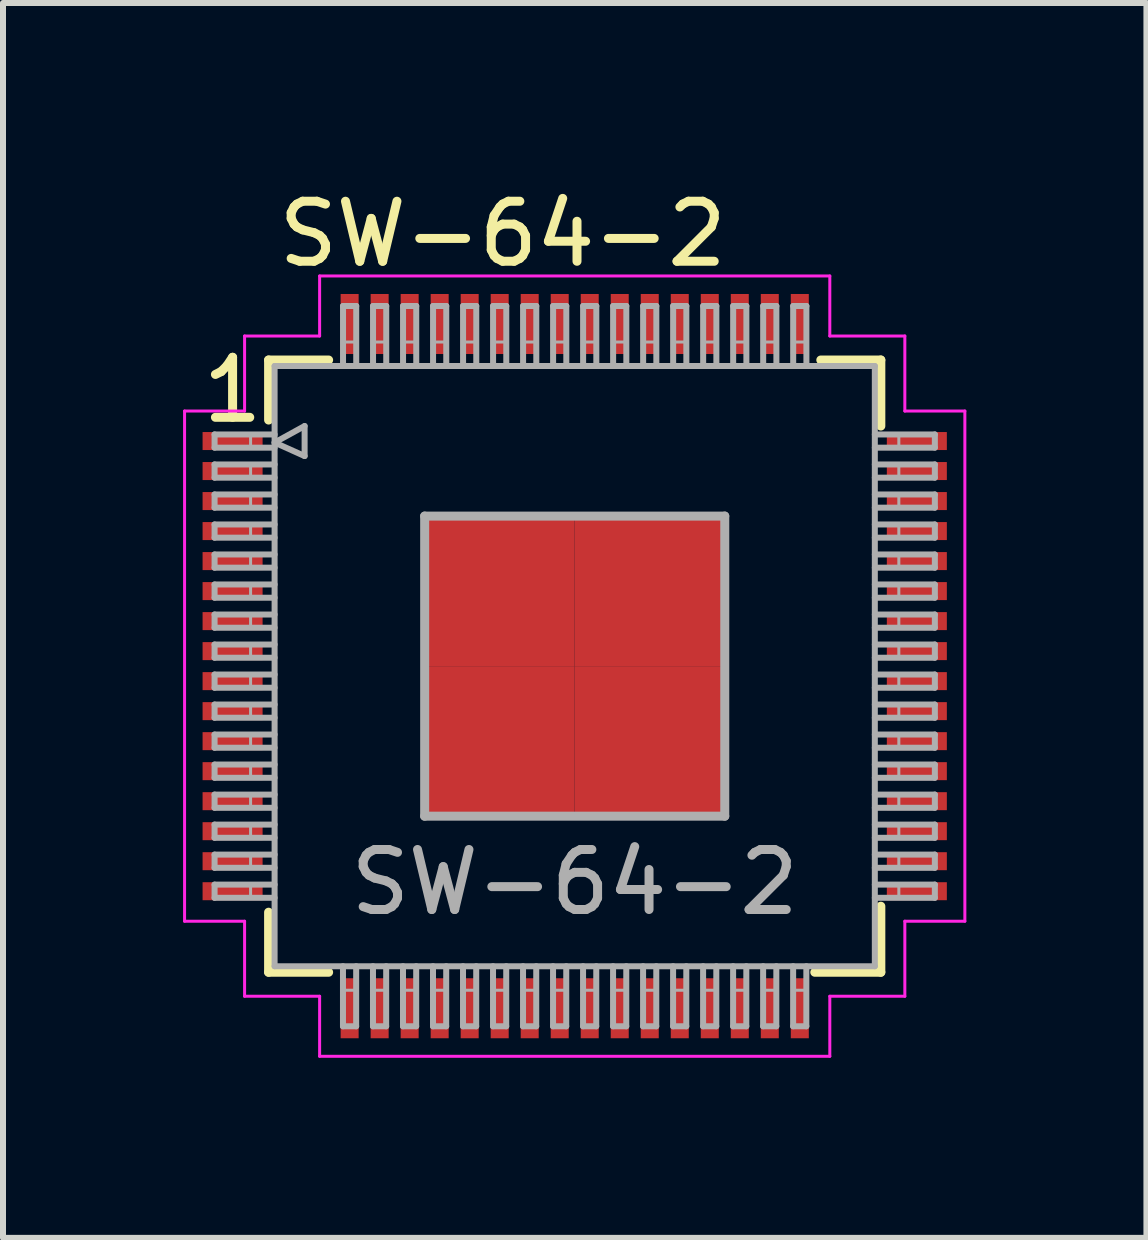
<source format=kicad_pcb>
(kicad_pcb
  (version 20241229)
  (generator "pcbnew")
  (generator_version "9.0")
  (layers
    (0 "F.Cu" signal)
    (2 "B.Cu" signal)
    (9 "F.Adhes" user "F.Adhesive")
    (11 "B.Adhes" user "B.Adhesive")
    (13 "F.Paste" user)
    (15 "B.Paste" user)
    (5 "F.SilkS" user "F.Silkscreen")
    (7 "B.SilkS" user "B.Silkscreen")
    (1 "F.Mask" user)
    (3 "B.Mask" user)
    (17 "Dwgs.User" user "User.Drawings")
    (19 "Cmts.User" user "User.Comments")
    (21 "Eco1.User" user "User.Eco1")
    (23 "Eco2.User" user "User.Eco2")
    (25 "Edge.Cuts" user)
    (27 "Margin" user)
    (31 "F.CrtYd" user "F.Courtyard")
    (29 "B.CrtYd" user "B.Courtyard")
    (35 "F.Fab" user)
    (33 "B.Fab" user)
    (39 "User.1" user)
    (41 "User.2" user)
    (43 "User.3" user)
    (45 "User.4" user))
  (footprint "SW-64-2"
    (layer "F.Cu")
    (at 6.525 8.048)
    (property "Reference" "SW-64-2" (at -1.2 -7.2 0) (layer "F.SilkS") (effects (font (size 1 1) (thickness 0.15))))
    (attr smd)
    (fp_line (start -5.1 -5.1) (end -5.1 -4.1) (stroke (width 0.15) (type solid)) (layer "F.SilkS"))
    (fp_line (start -5.1 4.1) (end -5.1 5.1) (stroke (width 0.15) (type solid)) (layer "F.SilkS"))
    (fp_line (start -5.1 5.1) (end -4.1 5.1) (stroke (width 0.15) (type solid)) (layer "F.SilkS"))
    (fp_line (start -4.1 -5.1) (end -5.1 -5.1) (stroke (width 0.15) (type solid)) (layer "F.SilkS"))
    (fp_line (start 4 5.1) (end 5.1 5.1) (stroke (width 0.15) (type solid)) (layer "F.SilkS"))
    (fp_line (start 4.1 -5.1) (end 5.1 -5.1) (stroke (width 0.15) (type solid)) (layer "F.SilkS"))
    (fp_line (start 5.1 -5.1) (end 5.1 -4) (stroke (width 0.15) (type solid)) (layer "F.SilkS"))
    (fp_line (start 5.1 5.1) (end 5.1 4) (stroke (width 0.15) (type solid)) (layer "F.SilkS"))
    (fp_line (start -6.5 -4.25) (end -5.5 -4.25) (stroke (width 0.05) (type solid)) (layer "F.CrtYd"))
    (fp_line (start -6.5 4.25) (end -6.5 -4.25) (stroke (width 0.05) (type solid)) (layer "F.CrtYd"))
    (fp_line (start -5.5 -5.5) (end -4.25 -5.5) (stroke (width 0.05) (type solid)) (layer "F.CrtYd"))
    (fp_line (start -5.5 -4.25) (end -5.5 -5.5) (stroke (width 0.05) (type solid)) (layer "F.CrtYd"))
    (fp_line (start -5.5 4.25) (end -6.5 4.25) (stroke (width 0.05) (type solid)) (layer "F.CrtYd"))
    (fp_line (start -5.5 5.5) (end -5.5 4.25) (stroke (width 0.05) (type solid)) (layer "F.CrtYd"))
    (fp_line (start -4.25 -6.5) (end 4.25 -6.5) (stroke (width 0.05) (type solid)) (layer "F.CrtYd"))
    (fp_line (start -4.25 -5.5) (end -4.25 -6.5) (stroke (width 0.05) (type solid)) (layer "F.CrtYd"))
    (fp_line (start -4.25 5.5) (end -5.5 5.5) (stroke (width 0.05) (type solid)) (layer "F.CrtYd"))
    (fp_line (start -4.25 6.5) (end -4.25 5.5) (stroke (width 0.05) (type solid)) (layer "F.CrtYd"))
    (fp_line (start 4.25 -6.5) (end 4.25 -5.5) (stroke (width 0.05) (type solid)) (layer "F.CrtYd"))
    (fp_line (start 4.25 -5.5) (end 5.5 -5.5) (stroke (width 0.05) (type solid)) (layer "F.CrtYd"))
    (fp_line (start 4.25 5.5) (end 4.25 6.5) (stroke (width 0.05) (type solid)) (layer "F.CrtYd"))
    (fp_line (start 4.25 6.5) (end -4.25 6.5) (stroke (width 0.05) (type solid)) (layer "F.CrtYd"))
    (fp_line (start 5.5 -5.5) (end 5.5 -4.25) (stroke (width 0.05) (type solid)) (layer "F.CrtYd"))
    (fp_line (start 5.5 -4.25) (end 6.5 -4.25) (stroke (width 0.05) (type solid)) (layer "F.CrtYd"))
    (fp_line (start 5.5 4.25) (end 5.5 5.5) (stroke (width 0.05) (type solid)) (layer "F.CrtYd"))
    (fp_line (start 5.5 5.5) (end 4.25 5.5) (stroke (width 0.05) (type solid)) (layer "F.CrtYd"))
    (fp_line (start 6.5 -4.25) (end 6.5 4.25) (stroke (width 0.05) (type solid)) (layer "F.CrtYd"))
    (fp_line (start 6.5 4.25) (end 5.5 4.25) (stroke (width 0.05) (type solid)) (layer "F.CrtYd"))
    (fp_line (start -6 -3.86) (end -6 -3.64) (stroke (width 0.1) (type solid)) (layer "F.Fab"))
    (fp_line (start -6 -3.64) (end -5 -3.64) (stroke (width 0.1) (type solid)) (layer "F.Fab"))
    (fp_line (start -6 -3.36) (end -6 -3.14) (stroke (width 0.1) (type solid)) (layer "F.Fab"))
    (fp_line (start -6 -3.14) (end -5 -3.14) (stroke (width 0.1) (type solid)) (layer "F.Fab"))
    (fp_line (start -6 -2.86) (end -6 -2.64) (stroke (width 0.1) (type solid)) (layer "F.Fab"))
    (fp_line (start -6 -2.64) (end -5 -2.64) (stroke (width 0.1) (type solid)) (layer "F.Fab"))
    (fp_line (start -6 -2.36) (end -6 -2.14) (stroke (width 0.1) (type solid)) (layer "F.Fab"))
    (fp_line (start -6 -2.14) (end -5 -2.14) (stroke (width 0.1) (type solid)) (layer "F.Fab"))
    (fp_line (start -6 -1.86) (end -6 -1.64) (stroke (width 0.1) (type solid)) (layer "F.Fab"))
    (fp_line (start -6 -1.64) (end -5 -1.64) (stroke (width 0.1) (type solid)) (layer "F.Fab"))
    (fp_line (start -6 -1.36) (end -6 -1.14) (stroke (width 0.1) (type solid)) (layer "F.Fab"))
    (fp_line (start -6 -1.14) (end -5 -1.14) (stroke (width 0.1) (type solid)) (layer "F.Fab"))
    (fp_line (start -6 -0.86) (end -6 -0.64) (stroke (width 0.1) (type solid)) (layer "F.Fab"))
    (fp_line (start -6 -0.64) (end -5 -0.64) (stroke (width 0.1) (type solid)) (layer "F.Fab"))
    (fp_line (start -6 -0.36) (end -6 -0.14) (stroke (width 0.1) (type solid)) (layer "F.Fab"))
    (fp_line (start -6 -0.14) (end -5 -0.14) (stroke (width 0.1) (type solid)) (layer "F.Fab"))
    (fp_line (start -6 0.14) (end -6 0.36) (stroke (width 0.1) (type solid)) (layer "F.Fab"))
    (fp_line (start -6 0.36) (end -5 0.36) (stroke (width 0.1) (type solid)) (layer "F.Fab"))
    (fp_line (start -6 0.64) (end -6 0.86) (stroke (width 0.1) (type solid)) (layer "F.Fab"))
    (fp_line (start -6 0.86) (end -5 0.86) (stroke (width 0.1) (type solid)) (layer "F.Fab"))
    (fp_line (start -6 1.14) (end -6 1.36) (stroke (width 0.1) (type solid)) (layer "F.Fab"))
    (fp_line (start -6 1.36) (end -5 1.36) (stroke (width 0.1) (type solid)) (layer "F.Fab"))
    (fp_line (start -6 1.64) (end -6 1.86) (stroke (width 0.1) (type solid)) (layer "F.Fab"))
    (fp_line (start -6 1.86) (end -5 1.86) (stroke (width 0.1) (type solid)) (layer "F.Fab"))
    (fp_line (start -6 2.14) (end -6 2.36) (stroke (width 0.1) (type solid)) (layer "F.Fab"))
    (fp_line (start -6 2.36) (end -5 2.36) (stroke (width 0.1) (type solid)) (layer "F.Fab"))
    (fp_line (start -6 2.64) (end -6 2.86) (stroke (width 0.1) (type solid)) (layer "F.Fab"))
    (fp_line (start -6 2.86) (end -5 2.86) (stroke (width 0.1) (type solid)) (layer "F.Fab"))
    (fp_line (start -6 3.14) (end -6 3.36) (stroke (width 0.1) (type solid)) (layer "F.Fab"))
    (fp_line (start -6 3.36) (end -5 3.36) (stroke (width 0.1) (type solid)) (layer "F.Fab"))
    (fp_line (start -6 3.64) (end -6 3.86) (stroke (width 0.1) (type solid)) (layer "F.Fab"))
    (fp_line (start -6 3.86) (end -5 3.86) (stroke (width 0.1) (type solid)) (layer "F.Fab"))
    (fp_line (start -5.4 -3.86) (end -5.4 -3.64) (stroke (width 0.05) (type solid)) (layer "F.Fab"))
    (fp_line (start -5.4 -3.36) (end -5.4 -3.14) (stroke (width 0.05) (type solid)) (layer "F.Fab"))
    (fp_line (start -5.4 -2.86) (end -5.4 -2.64) (stroke (width 0.05) (type solid)) (layer "F.Fab"))
    (fp_line (start -5.4 -2.36) (end -5.4 -2.14) (stroke (width 0.05) (type solid)) (layer "F.Fab"))
    (fp_line (start -5.4 -1.86) (end -5.4 -1.64) (stroke (width 0.05) (type solid)) (layer "F.Fab"))
    (fp_line (start -5.4 -1.36) (end -5.4 -1.14) (stroke (width 0.05) (type solid)) (layer "F.Fab"))
    (fp_line (start -5.4 -0.86) (end -5.4 -0.64) (stroke (width 0.05) (type solid)) (layer "F.Fab"))
    (fp_line (start -5.4 -0.36) (end -5.4 -0.14) (stroke (width 0.05) (type solid)) (layer "F.Fab"))
    (fp_line (start -5.4 0.14) (end -5.4 0.36) (stroke (width 0.05) (type solid)) (layer "F.Fab"))
    (fp_line (start -5.4 0.64) (end -5.4 0.86) (stroke (width 0.05) (type solid)) (layer "F.Fab"))
    (fp_line (start -5.4 1.14) (end -5.4 1.36) (stroke (width 0.05) (type solid)) (layer "F.Fab"))
    (fp_line (start -5.4 1.64) (end -5.4 1.86) (stroke (width 0.05) (type solid)) (layer "F.Fab"))
    (fp_line (start -5.4 2.14) (end -5.4 2.36) (stroke (width 0.05) (type solid)) (layer "F.Fab"))
    (fp_line (start -5.4 2.64) (end -5.4 2.86) (stroke (width 0.05) (type solid)) (layer "F.Fab"))
    (fp_line (start -5.4 3.14) (end -5.4 3.36) (stroke (width 0.05) (type solid)) (layer "F.Fab"))
    (fp_line (start -5.4 3.64) (end -5.4 3.86) (stroke (width 0.05) (type solid)) (layer "F.Fab"))
    (fp_line (start -5 -5) (end -5 5) (stroke (width 0.1) (type solid)) (layer "F.Fab"))
    (fp_line (start -5 -3.86) (end -6 -3.86) (stroke (width 0.1) (type solid)) (layer "F.Fab"))
    (fp_line (start -5 -3.725) (end -4.5 -4) (stroke (width 0.1) (type solid)) (layer "F.Fab"))
    (fp_line (start -5 -3.36) (end -6 -3.36) (stroke (width 0.1) (type solid)) (layer "F.Fab"))
    (fp_line (start -5 -2.86) (end -6 -2.86) (stroke (width 0.1) (type solid)) (layer "F.Fab"))
    (fp_line (start -5 -2.36) (end -6 -2.36) (stroke (width 0.1) (type solid)) (layer "F.Fab"))
    (fp_line (start -5 -1.86) (end -6 -1.86) (stroke (width 0.1) (type solid)) (layer "F.Fab"))
    (fp_line (start -5 -1.36) (end -6 -1.36) (stroke (width 0.1) (type solid)) (layer "F.Fab"))
    (fp_line (start -5 -0.86) (end -6 -0.86) (stroke (width 0.1) (type solid)) (layer "F.Fab"))
    (fp_line (start -5 -0.36) (end -6 -0.36) (stroke (width 0.1) (type solid)) (layer "F.Fab"))
    (fp_line (start -5 0.14) (end -6 0.14) (stroke (width 0.1) (type solid)) (layer "F.Fab"))
    (fp_line (start -5 0.64) (end -6 0.64) (stroke (width 0.1) (type solid)) (layer "F.Fab"))
    (fp_line (start -5 1.14) (end -6 1.14) (stroke (width 0.1) (type solid)) (layer "F.Fab"))
    (fp_line (start -5 1.64) (end -6 1.64) (stroke (width 0.1) (type solid)) (layer "F.Fab"))
    (fp_line (start -5 2.14) (end -6 2.14) (stroke (width 0.1) (type solid)) (layer "F.Fab"))
    (fp_line (start -5 2.64) (end -6 2.64) (stroke (width 0.1) (type solid)) (layer "F.Fab"))
    (fp_line (start -5 3.14) (end -6 3.14) (stroke (width 0.1) (type solid)) (layer "F.Fab"))
    (fp_line (start -5 3.64) (end -6 3.64) (stroke (width 0.1) (type solid)) (layer "F.Fab"))
    (fp_line (start -5 5) (end 5 5) (stroke (width 0.1) (type solid)) (layer "F.Fab"))
    (fp_line (start -4.5 -4) (end -4.5 -3.5) (stroke (width 0.1) (type solid)) (layer "F.Fab"))
    (fp_line (start -4.5 -3.5) (end -5 -3.725) (stroke (width 0.1) (type solid)) (layer "F.Fab"))
    (fp_line (start -3.861 5) (end -3.861 6) (stroke (width 0.1) (type solid)) (layer "F.Fab"))
    (fp_line (start -3.861 6) (end -3.641 6) (stroke (width 0.1) (type solid)) (layer "F.Fab"))
    (fp_line (start -3.86 -6) (end -3.86 -5) (stroke (width 0.1) (type solid)) (layer "F.Fab"))
    (fp_line (start -3.86 -5.4) (end -3.64 -5.4) (stroke (width 0.05) (type solid)) (layer "F.Fab"))
    (fp_line (start -3.86 5.4) (end -3.64 5.4) (stroke (width 0.05) (type solid)) (layer "F.Fab"))
    (fp_line (start -3.641 6) (end -3.641 5) (stroke (width 0.1) (type solid)) (layer "F.Fab"))
    (fp_line (start -3.64 -6) (end -3.86 -6) (stroke (width 0.1) (type solid)) (layer "F.Fab"))
    (fp_line (start -3.64 -5) (end -3.64 -6) (stroke (width 0.1) (type solid)) (layer "F.Fab"))
    (fp_line (start -3.361 5) (end -3.361 6) (stroke (width 0.1) (type solid)) (layer "F.Fab"))
    (fp_line (start -3.361 6) (end -3.141 6) (stroke (width 0.1) (type solid)) (layer "F.Fab"))
    (fp_line (start -3.36 -6) (end -3.36 -5) (stroke (width 0.1) (type solid)) (layer "F.Fab"))
    (fp_line (start -3.36 -5.4) (end -3.14 -5.4) (stroke (width 0.05) (type solid)) (layer "F.Fab"))
    (fp_line (start -3.36 5.4) (end -3.14 5.4) (stroke (width 0.05) (type solid)) (layer "F.Fab"))
    (fp_line (start -3.141 6) (end -3.141 5) (stroke (width 0.1) (type solid)) (layer "F.Fab"))
    (fp_line (start -3.14 -6) (end -3.36 -6) (stroke (width 0.1) (type solid)) (layer "F.Fab"))
    (fp_line (start -3.14 -5) (end -3.14 -6) (stroke (width 0.1) (type solid)) (layer "F.Fab"))
    (fp_line (start -2.861 5) (end -2.861 6) (stroke (width 0.1) (type solid)) (layer "F.Fab"))
    (fp_line (start -2.861 6) (end -2.641 6) (stroke (width 0.1) (type solid)) (layer "F.Fab"))
    (fp_line (start -2.86 -6) (end -2.86 -5) (stroke (width 0.1) (type solid)) (layer "F.Fab"))
    (fp_line (start -2.86 -5.4) (end -2.64 -5.4) (stroke (width 0.05) (type solid)) (layer "F.Fab"))
    (fp_line (start -2.86 5.4) (end -2.64 5.4) (stroke (width 0.05) (type solid)) (layer "F.Fab"))
    (fp_line (start -2.641 6) (end -2.641 5) (stroke (width 0.1) (type solid)) (layer "F.Fab"))
    (fp_line (start -2.64 -6) (end -2.86 -6) (stroke (width 0.1) (type solid)) (layer "F.Fab"))
    (fp_line (start -2.64 -5) (end -2.64 -6) (stroke (width 0.1) (type solid)) (layer "F.Fab"))
    (fp_line (start -2.5 -2.5) (end 2.5 -2.5) (stroke (width 0.15) (type solid)) (layer "F.Fab"))
    (fp_line (start -2.5 2.5) (end -2.5 -2.5) (stroke (width 0.15) (type solid)) (layer "F.Fab"))
    (fp_line (start -2.361 5) (end -2.361 6) (stroke (width 0.1) (type solid)) (layer "F.Fab"))
    (fp_line (start -2.361 6) (end -2.141 6) (stroke (width 0.1) (type solid)) (layer "F.Fab"))
    (fp_line (start -2.36 -6) (end -2.36 -5) (stroke (width 0.1) (type solid)) (layer "F.Fab"))
    (fp_line (start -2.36 -5.4) (end -2.14 -5.4) (stroke (width 0.05) (type solid)) (layer "F.Fab"))
    (fp_line (start -2.36 5.4) (end -2.14 5.4) (stroke (width 0.05) (type solid)) (layer "F.Fab"))
    (fp_line (start -2.141 6) (end -2.141 5) (stroke (width 0.1) (type solid)) (layer "F.Fab"))
    (fp_line (start -2.14 -6) (end -2.36 -6) (stroke (width 0.1) (type solid)) (layer "F.Fab"))
    (fp_line (start -2.14 -5) (end -2.14 -6) (stroke (width 0.1) (type solid)) (layer "F.Fab"))
    (fp_line (start -1.861 5) (end -1.861 6) (stroke (width 0.1) (type solid)) (layer "F.Fab"))
    (fp_line (start -1.861 6) (end -1.641 6) (stroke (width 0.1) (type solid)) (layer "F.Fab"))
    (fp_line (start -1.86 -6) (end -1.86 -5) (stroke (width 0.1) (type solid)) (layer "F.Fab"))
    (fp_line (start -1.86 -5.4) (end -1.64 -5.4) (stroke (width 0.05) (type solid)) (layer "F.Fab"))
    (fp_line (start -1.86 5.4) (end -1.64 5.4) (stroke (width 0.05) (type solid)) (layer "F.Fab"))
    (fp_line (start -1.641 6) (end -1.641 5) (stroke (width 0.1) (type solid)) (layer "F.Fab"))
    (fp_line (start -1.64 -6) (end -1.86 -6) (stroke (width 0.1) (type solid)) (layer "F.Fab"))
    (fp_line (start -1.64 -5) (end -1.64 -6) (stroke (width 0.1) (type solid)) (layer "F.Fab"))
    (fp_line (start -1.361 5) (end -1.361 6) (stroke (width 0.1) (type solid)) (layer "F.Fab"))
    (fp_line (start -1.361 6) (end -1.141 6) (stroke (width 0.1) (type solid)) (layer "F.Fab"))
    (fp_line (start -1.36 -6) (end -1.36 -5) (stroke (width 0.1) (type solid)) (layer "F.Fab"))
    (fp_line (start -1.36 -5.4) (end -1.14 -5.4) (stroke (width 0.05) (type solid)) (layer "F.Fab"))
    (fp_line (start -1.36 5.4) (end -1.14 5.4) (stroke (width 0.05) (type solid)) (layer "F.Fab"))
    (fp_line (start -1.141 6) (end -1.141 5) (stroke (width 0.1) (type solid)) (layer "F.Fab"))
    (fp_line (start -1.14 -6) (end -1.36 -6) (stroke (width 0.1) (type solid)) (layer "F.Fab"))
    (fp_line (start -1.14 -5) (end -1.14 -6) (stroke (width 0.1) (type solid)) (layer "F.Fab"))
    (fp_line (start -0.861 5) (end -0.861 6) (stroke (width 0.1) (type solid)) (layer "F.Fab"))
    (fp_line (start -0.861 6) (end -0.641 6) (stroke (width 0.1) (type solid)) (layer "F.Fab"))
    (fp_line (start -0.86 -6) (end -0.86 -5) (stroke (width 0.1) (type solid)) (layer "F.Fab"))
    (fp_line (start -0.86 -5.4) (end -0.64 -5.4) (stroke (width 0.05) (type solid)) (layer "F.Fab"))
    (fp_line (start -0.86 5.4) (end -0.64 5.4) (stroke (width 0.05) (type solid)) (layer "F.Fab"))
    (fp_line (start -0.641 6) (end -0.641 5) (stroke (width 0.1) (type solid)) (layer "F.Fab"))
    (fp_line (start -0.64 -6) (end -0.86 -6) (stroke (width 0.1) (type solid)) (layer "F.Fab"))
    (fp_line (start -0.64 -5) (end -0.64 -6) (stroke (width 0.1) (type solid)) (layer "F.Fab"))
    (fp_line (start -0.361 5) (end -0.361 6) (stroke (width 0.1) (type solid)) (layer "F.Fab"))
    (fp_line (start -0.361 6) (end -0.141 6) (stroke (width 0.1) (type solid)) (layer "F.Fab"))
    (fp_line (start -0.36 -6) (end -0.36 -5) (stroke (width 0.1) (type solid)) (layer "F.Fab"))
    (fp_line (start -0.36 -5.4) (end -0.14 -5.4) (stroke (width 0.05) (type solid)) (layer "F.Fab"))
    (fp_line (start -0.36 5.4) (end -0.14 5.4) (stroke (width 0.05) (type solid)) (layer "F.Fab"))
    (fp_line (start -0.141 6) (end -0.141 5) (stroke (width 0.1) (type solid)) (layer "F.Fab"))
    (fp_line (start -0.14 -6) (end -0.36 -6) (stroke (width 0.1) (type solid)) (layer "F.Fab"))
    (fp_line (start -0.14 -5) (end -0.14 -6) (stroke (width 0.1) (type solid)) (layer "F.Fab"))
    (fp_line (start 0.139 5) (end 0.139 6) (stroke (width 0.1) (type solid)) (layer "F.Fab"))
    (fp_line (start 0.139 6) (end 0.359 6) (stroke (width 0.1) (type solid)) (layer "F.Fab"))
    (fp_line (start 0.14 -6) (end 0.14 -5) (stroke (width 0.1) (type solid)) (layer "F.Fab"))
    (fp_line (start 0.14 -5.4) (end 0.36 -5.4) (stroke (width 0.05) (type solid)) (layer "F.Fab"))
    (fp_line (start 0.14 5.4) (end 0.36 5.4) (stroke (width 0.05) (type solid)) (layer "F.Fab"))
    (fp_line (start 0.359 6) (end 0.359 5) (stroke (width 0.1) (type solid)) (layer "F.Fab"))
    (fp_line (start 0.36 -6) (end 0.14 -6) (stroke (width 0.1) (type solid)) (layer "F.Fab"))
    (fp_line (start 0.36 -5) (end 0.36 -6) (stroke (width 0.1) (type solid)) (layer "F.Fab"))
    (fp_line (start 0.639 5) (end 0.639 6) (stroke (width 0.1) (type solid)) (layer "F.Fab"))
    (fp_line (start 0.639 6) (end 0.859 6) (stroke (width 0.1) (type solid)) (layer "F.Fab"))
    (fp_line (start 0.64 -6) (end 0.64 -5) (stroke (width 0.1) (type solid)) (layer "F.Fab"))
    (fp_line (start 0.64 -5.4) (end 0.86 -5.4) (stroke (width 0.05) (type solid)) (layer "F.Fab"))
    (fp_line (start 0.64 5.4) (end 0.86 5.4) (stroke (width 0.05) (type solid)) (layer "F.Fab"))
    (fp_line (start 0.859 6) (end 0.859 5) (stroke (width 0.1) (type solid)) (layer "F.Fab"))
    (fp_line (start 0.86 -6) (end 0.64 -6) (stroke (width 0.1) (type solid)) (layer "F.Fab"))
    (fp_line (start 0.86 -5) (end 0.86 -6) (stroke (width 0.1) (type solid)) (layer "F.Fab"))
    (fp_line (start 1.139 5) (end 1.139 6) (stroke (width 0.1) (type solid)) (layer "F.Fab"))
    (fp_line (start 1.139 6) (end 1.359 6) (stroke (width 0.1) (type solid)) (layer "F.Fab"))
    (fp_line (start 1.14 -6) (end 1.14 -5) (stroke (width 0.1) (type solid)) (layer "F.Fab"))
    (fp_line (start 1.14 -5.4) (end 1.36 -5.4) (stroke (width 0.05) (type solid)) (layer "F.Fab"))
    (fp_line (start 1.14 5.4) (end 1.36 5.4) (stroke (width 0.05) (type solid)) (layer "F.Fab"))
    (fp_line (start 1.359 6) (end 1.359 5) (stroke (width 0.1) (type solid)) (layer "F.Fab"))
    (fp_line (start 1.36 -6) (end 1.14 -6) (stroke (width 0.1) (type solid)) (layer "F.Fab"))
    (fp_line (start 1.36 -5) (end 1.36 -6) (stroke (width 0.1) (type solid)) (layer "F.Fab"))
    (fp_line (start 1.639 5) (end 1.639 6) (stroke (width 0.1) (type solid)) (layer "F.Fab"))
    (fp_line (start 1.639 6) (end 1.859 6) (stroke (width 0.1) (type solid)) (layer "F.Fab"))
    (fp_line (start 1.64 -6) (end 1.64 -5) (stroke (width 0.1) (type solid)) (layer "F.Fab"))
    (fp_line (start 1.64 -5.4) (end 1.86 -5.4) (stroke (width 0.05) (type solid)) (layer "F.Fab"))
    (fp_line (start 1.64 5.4) (end 1.86 5.4) (stroke (width 0.05) (type solid)) (layer "F.Fab"))
    (fp_line (start 1.859 6) (end 1.859 5) (stroke (width 0.1) (type solid)) (layer "F.Fab"))
    (fp_line (start 1.86 -6) (end 1.64 -6) (stroke (width 0.1) (type solid)) (layer "F.Fab"))
    (fp_line (start 1.86 -5) (end 1.86 -6) (stroke (width 0.1) (type solid)) (layer "F.Fab"))
    (fp_line (start 2.139 5) (end 2.139 6) (stroke (width 0.1) (type solid)) (layer "F.Fab"))
    (fp_line (start 2.139 6) (end 2.359 6) (stroke (width 0.1) (type solid)) (layer "F.Fab"))
    (fp_line (start 2.14 -6) (end 2.14 -5) (stroke (width 0.1) (type solid)) (layer "F.Fab"))
    (fp_line (start 2.14 -5.4) (end 2.36 -5.4) (stroke (width 0.05) (type solid)) (layer "F.Fab"))
    (fp_line (start 2.14 5.4) (end 2.36 5.4) (stroke (width 0.05) (type solid)) (layer "F.Fab"))
    (fp_line (start 2.359 6) (end 2.359 5) (stroke (width 0.1) (type solid)) (layer "F.Fab"))
    (fp_line (start 2.36 -6) (end 2.14 -6) (stroke (width 0.1) (type solid)) (layer "F.Fab"))
    (fp_line (start 2.36 -5) (end 2.36 -6) (stroke (width 0.1) (type solid)) (layer "F.Fab"))
    (fp_line (start 2.5 -2.5) (end 2.5 2.5) (stroke (width 0.15) (type solid)) (layer "F.Fab"))
    (fp_line (start 2.5 2.5) (end -2.5 2.5) (stroke (width 0.15) (type solid)) (layer "F.Fab"))
    (fp_line (start 2.639 5) (end 2.639 6) (stroke (width 0.1) (type solid)) (layer "F.Fab"))
    (fp_line (start 2.639 6) (end 2.859 6) (stroke (width 0.1) (type solid)) (layer "F.Fab"))
    (fp_line (start 2.64 -6) (end 2.64 -5) (stroke (width 0.1) (type solid)) (layer "F.Fab"))
    (fp_line (start 2.64 -5.4) (end 2.86 -5.4) (stroke (width 0.05) (type solid)) (layer "F.Fab"))
    (fp_line (start 2.64 5.4) (end 2.86 5.4) (stroke (width 0.05) (type solid)) (layer "F.Fab"))
    (fp_line (start 2.859 6) (end 2.859 5) (stroke (width 0.1) (type solid)) (layer "F.Fab"))
    (fp_line (start 2.86 -6) (end 2.64 -6) (stroke (width 0.1) (type solid)) (layer "F.Fab"))
    (fp_line (start 2.86 -5) (end 2.86 -6) (stroke (width 0.1) (type solid)) (layer "F.Fab"))
    (fp_line (start 3.139 5) (end 3.139 6) (stroke (width 0.1) (type solid)) (layer "F.Fab"))
    (fp_line (start 3.139 6) (end 3.359 6) (stroke (width 0.1) (type solid)) (layer "F.Fab"))
    (fp_line (start 3.14 -6) (end 3.14 -5) (stroke (width 0.1) (type solid)) (layer "F.Fab"))
    (fp_line (start 3.14 -5.4) (end 3.36 -5.4) (stroke (width 0.05) (type solid)) (layer "F.Fab"))
    (fp_line (start 3.14 5.4) (end 3.36 5.4) (stroke (width 0.05) (type solid)) (layer "F.Fab"))
    (fp_line (start 3.359 6) (end 3.359 5) (stroke (width 0.1) (type solid)) (layer "F.Fab"))
    (fp_line (start 3.36 -6) (end 3.14 -6) (stroke (width 0.1) (type solid)) (layer "F.Fab"))
    (fp_line (start 3.36 -5) (end 3.36 -6) (stroke (width 0.1) (type solid)) (layer "F.Fab"))
    (fp_line (start 3.639 5) (end 3.639 6) (stroke (width 0.1) (type solid)) (layer "F.Fab"))
    (fp_line (start 3.639 6) (end 3.859 6) (stroke (width 0.1) (type solid)) (layer "F.Fab"))
    (fp_line (start 3.64 -6) (end 3.64 -5) (stroke (width 0.1) (type solid)) (layer "F.Fab"))
    (fp_line (start 3.64 -5.4) (end 3.86 -5.4) (stroke (width 0.05) (type solid)) (layer "F.Fab"))
    (fp_line (start 3.64 5.4) (end 3.86 5.4) (stroke (width 0.05) (type solid)) (layer "F.Fab"))
    (fp_line (start 3.859 6) (end 3.859 5) (stroke (width 0.1) (type solid)) (layer "F.Fab"))
    (fp_line (start 3.86 -6) (end 3.64 -6) (stroke (width 0.1) (type solid)) (layer "F.Fab"))
    (fp_line (start 3.86 -5) (end 3.86 -6) (stroke (width 0.1) (type solid)) (layer "F.Fab"))
    (fp_line (start 5 -5) (end -5 -5) (stroke (width 0.1) (type solid)) (layer "F.Fab"))
    (fp_line (start 5 -3.64) (end 6 -3.64) (stroke (width 0.1) (type solid)) (layer "F.Fab"))
    (fp_line (start 5 -3.14) (end 6 -3.14) (stroke (width 0.1) (type solid)) (layer "F.Fab"))
    (fp_line (start 5 -2.64) (end 6 -2.64) (stroke (width 0.1) (type solid)) (layer "F.Fab"))
    (fp_line (start 5 -2.14) (end 6 -2.14) (stroke (width 0.1) (type solid)) (layer "F.Fab"))
    (fp_line (start 5 -1.64) (end 6 -1.64) (stroke (width 0.1) (type solid)) (layer "F.Fab"))
    (fp_line (start 5 -1.14) (end 6 -1.14) (stroke (width 0.1) (type solid)) (layer "F.Fab"))
    (fp_line (start 5 -0.64) (end 6 -0.64) (stroke (width 0.1) (type solid)) (layer "F.Fab"))
    (fp_line (start 5 -0.14) (end 6 -0.14) (stroke (width 0.1) (type solid)) (layer "F.Fab"))
    (fp_line (start 5 0.36) (end 6 0.36) (stroke (width 0.1) (type solid)) (layer "F.Fab"))
    (fp_line (start 5 0.86) (end 6 0.86) (stroke (width 0.1) (type solid)) (layer "F.Fab"))
    (fp_line (start 5 1.36) (end 6 1.36) (stroke (width 0.1) (type solid)) (layer "F.Fab"))
    (fp_line (start 5 1.86) (end 6 1.86) (stroke (width 0.1) (type solid)) (layer "F.Fab"))
    (fp_line (start 5 2.36) (end 6 2.36) (stroke (width 0.1) (type solid)) (layer "F.Fab"))
    (fp_line (start 5 2.86) (end 6 2.86) (stroke (width 0.1) (type solid)) (layer "F.Fab"))
    (fp_line (start 5 3.36) (end 6 3.36) (stroke (width 0.1) (type solid)) (layer "F.Fab"))
    (fp_line (start 5 3.86) (end 6 3.86) (stroke (width 0.1) (type solid)) (layer "F.Fab"))
    (fp_line (start 5 5) (end 5 -5) (stroke (width 0.1) (type solid)) (layer "F.Fab"))
    (fp_line (start 5.4 -3.86) (end 5.4 -3.64) (stroke (width 0.05) (type solid)) (layer "F.Fab"))
    (fp_line (start 5.4 -3.36) (end 5.4 -3.14) (stroke (width 0.05) (type solid)) (layer "F.Fab"))
    (fp_line (start 5.4 -2.86) (end 5.4 -2.64) (stroke (width 0.05) (type solid)) (layer "F.Fab"))
    (fp_line (start 5.4 -2.36) (end 5.4 -2.14) (stroke (width 0.05) (type solid)) (layer "F.Fab"))
    (fp_line (start 5.4 -1.86) (end 5.4 -1.64) (stroke (width 0.05) (type solid)) (layer "F.Fab"))
    (fp_line (start 5.4 -1.36) (end 5.4 -1.14) (stroke (width 0.05) (type solid)) (layer "F.Fab"))
    (fp_line (start 5.4 -0.86) (end 5.4 -0.64) (stroke (width 0.05) (type solid)) (layer "F.Fab"))
    (fp_line (start 5.4 -0.36) (end 5.4 -0.14) (stroke (width 0.05) (type solid)) (layer "F.Fab"))
    (fp_line (start 5.4 0.14) (end 5.4 0.36) (stroke (width 0.05) (type solid)) (layer "F.Fab"))
    (fp_line (start 5.4 0.64) (end 5.4 0.86) (stroke (width 0.05) (type solid)) (layer "F.Fab"))
    (fp_line (start 5.4 1.14) (end 5.4 1.36) (stroke (width 0.05) (type solid)) (layer "F.Fab"))
    (fp_line (start 5.4 1.64) (end 5.4 1.86) (stroke (width 0.05) (type solid)) (layer "F.Fab"))
    (fp_line (start 5.4 2.14) (end 5.4 2.36) (stroke (width 0.05) (type solid)) (layer "F.Fab"))
    (fp_line (start 5.4 2.64) (end 5.4 2.86) (stroke (width 0.05) (type solid)) (layer "F.Fab"))
    (fp_line (start 5.4 3.14) (end 5.4 3.36) (stroke (width 0.05) (type solid)) (layer "F.Fab"))
    (fp_line (start 5.4 3.64) (end 5.4 3.86) (stroke (width 0.05) (type solid)) (layer "F.Fab"))
    (fp_line (start 6 -3.86) (end 5 -3.86) (stroke (width 0.1) (type solid)) (layer "F.Fab"))
    (fp_line (start 6 -3.64) (end 6 -3.86) (stroke (width 0.1) (type solid)) (layer "F.Fab"))
    (fp_line (start 6 -3.36) (end 5 -3.36) (stroke (width 0.1) (type solid)) (layer "F.Fab"))
    (fp_line (start 6 -3.14) (end 6 -3.36) (stroke (width 0.1) (type solid)) (layer "F.Fab"))
    (fp_line (start 6 -2.86) (end 5 -2.86) (stroke (width 0.1) (type solid)) (layer "F.Fab"))
    (fp_line (start 6 -2.64) (end 6 -2.86) (stroke (width 0.1) (type solid)) (layer "F.Fab"))
    (fp_line (start 6 -2.36) (end 5 -2.36) (stroke (width 0.1) (type solid)) (layer "F.Fab"))
    (fp_line (start 6 -2.14) (end 6 -2.36) (stroke (width 0.1) (type solid)) (layer "F.Fab"))
    (fp_line (start 6 -1.86) (end 5 -1.86) (stroke (width 0.1) (type solid)) (layer "F.Fab"))
    (fp_line (start 6 -1.64) (end 6 -1.86) (stroke (width 0.1) (type solid)) (layer "F.Fab"))
    (fp_line (start 6 -1.36) (end 5 -1.36) (stroke (width 0.1) (type solid)) (layer "F.Fab"))
    (fp_line (start 6 -1.14) (end 6 -1.36) (stroke (width 0.1) (type solid)) (layer "F.Fab"))
    (fp_line (start 6 -0.86) (end 5 -0.86) (stroke (width 0.1) (type solid)) (layer "F.Fab"))
    (fp_line (start 6 -0.64) (end 6 -0.86) (stroke (width 0.1) (type solid)) (layer "F.Fab"))
    (fp_line (start 6 -0.36) (end 5 -0.36) (stroke (width 0.1) (type solid)) (layer "F.Fab"))
    (fp_line (start 6 -0.14) (end 6 -0.36) (stroke (width 0.1) (type solid)) (layer "F.Fab"))
    (fp_line (start 6 0.14) (end 5 0.14) (stroke (width 0.1) (type solid)) (layer "F.Fab"))
    (fp_line (start 6 0.36) (end 6 0.14) (stroke (width 0.1) (type solid)) (layer "F.Fab"))
    (fp_line (start 6 0.64) (end 5 0.64) (stroke (width 0.1) (type solid)) (layer "F.Fab"))
    (fp_line (start 6 0.86) (end 6 0.64) (stroke (width 0.1) (type solid)) (layer "F.Fab"))
    (fp_line (start 6 1.14) (end 5 1.14) (stroke (width 0.1) (type solid)) (layer "F.Fab"))
    (fp_line (start 6 1.36) (end 6 1.14) (stroke (width 0.1) (type solid)) (layer "F.Fab"))
    (fp_line (start 6 1.64) (end 5 1.64) (stroke (width 0.1) (type solid)) (layer "F.Fab"))
    (fp_line (start 6 1.86) (end 6 1.64) (stroke (width 0.1) (type solid)) (layer "F.Fab"))
    (fp_line (start 6 2.14) (end 5 2.14) (stroke (width 0.1) (type solid)) (layer "F.Fab"))
    (fp_line (start 6 2.36) (end 6 2.14) (stroke (width 0.1) (type solid)) (layer "F.Fab"))
    (fp_line (start 6 2.64) (end 5 2.64) (stroke (width 0.1) (type solid)) (layer "F.Fab"))
    (fp_line (start 6 2.86) (end 6 2.64) (stroke (width 0.1) (type solid)) (layer "F.Fab"))
    (fp_line (start 6 3.14) (end 5 3.14) (stroke (width 0.1) (type solid)) (layer "F.Fab"))
    (fp_line (start 6 3.36) (end 6 3.14) (stroke (width 0.1) (type solid)) (layer "F.Fab"))
    (fp_line (start 6 3.64) (end 5 3.64) (stroke (width 0.1) (type solid)) (layer "F.Fab"))
    (fp_line (start 6 3.86) (end 6 3.64) (stroke (width 0.1) (type solid)) (layer "F.Fab"))
    (fp_text user "1" (at -5.7 -4.6 0) (layer "F.SilkS") (effects (font (size 1 1) (thickness 0.15))))
    (fp_text user "${REFERENCE}" (at 0 3.6 0) (layer "F.Fab") (effects (font (size 1 1) (thickness 0.15))))
    (pad "1" smd rect (at -5.7 -3.75 90) (size 0.3 1) (layers "F.Cu" "F.Mask" "F.Paste"))
    (pad "2" smd rect (at -5.7 -3.25 90) (size 0.3 1) (layers "F.Cu" "F.Mask" "F.Paste"))
    (pad "3" smd rect (at -5.7 -2.75 90) (size 0.3 1) (layers "F.Cu" "F.Mask" "F.Paste"))
    (pad "4" smd rect (at -5.7 -2.25 90) (size 0.3 1) (layers "F.Cu" "F.Mask" "F.Paste"))
    (pad "5" smd rect (at -5.7 -1.75 90) (size 0.3 1) (layers "F.Cu" "F.Mask" "F.Paste"))
    (pad "6" smd rect (at -5.7 -1.25 90) (size 0.3 1) (layers "F.Cu" "F.Mask" "F.Paste"))
    (pad "7" smd rect (at -5.7 -0.75 90) (size 0.3 1) (layers "F.Cu" "F.Mask" "F.Paste"))
    (pad "8" smd rect (at -5.7 -0.25 90) (size 0.3 1) (layers "F.Cu" "F.Mask" "F.Paste"))
    (pad "9" smd rect (at -5.7 0.25 90) (size 0.3 1) (layers "F.Cu" "F.Mask" "F.Paste"))
    (pad "10" smd rect (at -5.7 0.75 90) (size 0.3 1) (layers "F.Cu" "F.Mask" "F.Paste"))
    (pad "11" smd rect (at -5.7 1.25 90) (size 0.3 1) (layers "F.Cu" "F.Mask" "F.Paste"))
    (pad "12" smd rect (at -5.7 1.75 90) (size 0.3 1) (layers "F.Cu" "F.Mask" "F.Paste"))
    (pad "13" smd rect (at -5.7 2.25 90) (size 0.3 1) (layers "F.Cu" "F.Mask" "F.Paste"))
    (pad "14" smd rect (at -5.7 2.75 90) (size 0.3 1) (layers "F.Cu" "F.Mask" "F.Paste"))
    (pad "15" smd rect (at -5.7 3.25 90) (size 0.3 1) (layers "F.Cu" "F.Mask" "F.Paste"))
    (pad "16" smd rect (at -5.7 3.75 90) (size 0.3 1) (layers "F.Cu" "F.Mask" "F.Paste"))
    (pad "17" smd rect (at -3.75 5.7) (size 0.3 1) (layers "F.Cu" "F.Mask" "F.Paste"))
    (pad "18" smd rect (at -3.25 5.7) (size 0.3 1) (layers "F.Cu" "F.Mask" "F.Paste"))
    (pad "19" smd rect (at -2.75 5.7) (size 0.3 1) (layers "F.Cu" "F.Mask" "F.Paste"))
    (pad "20" smd rect (at -2.25 5.7) (size 0.3 1) (layers "F.Cu" "F.Mask" "F.Paste"))
    (pad "21" smd rect (at -1.75 5.7) (size 0.3 1) (layers "F.Cu" "F.Mask" "F.Paste"))
    (pad "22" smd rect (at -1.25 5.7) (size 0.3 1) (layers "F.Cu" "F.Mask" "F.Paste"))
    (pad "23" smd rect (at -0.75 5.7) (size 0.3 1) (layers "F.Cu" "F.Mask" "F.Paste"))
    (pad "24" smd rect (at -0.25 5.7) (size 0.3 1) (layers "F.Cu" "F.Mask" "F.Paste"))
    (pad "25" smd rect (at 0.25 5.7) (size 0.3 1) (layers "F.Cu" "F.Mask" "F.Paste"))
    (pad "26" smd rect (at 0.75 5.7) (size 0.3 1) (layers "F.Cu" "F.Mask" "F.Paste"))
    (pad "27" smd rect (at 1.25 5.7) (size 0.3 1) (layers "F.Cu" "F.Mask" "F.Paste"))
    (pad "28" smd rect (at 1.75 5.7) (size 0.3 1) (layers "F.Cu" "F.Mask" "F.Paste"))
    (pad "29" smd rect (at 2.25 5.7) (size 0.3 1) (layers "F.Cu" "F.Mask" "F.Paste"))
    (pad "30" smd rect (at 2.75 5.7) (size 0.3 1) (layers "F.Cu" "F.Mask" "F.Paste"))
    (pad "31" smd rect (at 3.25 5.7) (size 0.3 1) (layers "F.Cu" "F.Mask" "F.Paste"))
    (pad "32" smd rect (at 3.75 5.7) (size 0.3 1) (layers "F.Cu" "F.Mask" "F.Paste"))
    (pad "33" smd rect (at 5.7 3.75 90) (size 0.3 1) (layers "F.Cu" "F.Mask" "F.Paste"))
    (pad "34" smd rect (at 5.7 3.25 90) (size 0.3 1) (layers "F.Cu" "F.Mask" "F.Paste"))
    (pad "35" smd rect (at 5.7 2.75 90) (size 0.3 1) (layers "F.Cu" "F.Mask" "F.Paste"))
    (pad "36" smd rect (at 5.7 2.25 90) (size 0.3 1) (layers "F.Cu" "F.Mask" "F.Paste"))
    (pad "37" smd rect (at 5.7 1.75 90) (size 0.3 1) (layers "F.Cu" "F.Mask" "F.Paste"))
    (pad "38" smd rect (at 5.7 1.25 90) (size 0.3 1) (layers "F.Cu" "F.Mask" "F.Paste"))
    (pad "39" smd rect (at 5.7 0.75 90) (size 0.3 1) (layers "F.Cu" "F.Mask" "F.Paste"))
    (pad "40" smd rect (at 5.7 0.25 90) (size 0.3 1) (layers "F.Cu" "F.Mask" "F.Paste"))
    (pad "41" smd rect (at 5.7 -0.25 90) (size 0.3 1) (layers "F.Cu" "F.Mask" "F.Paste"))
    (pad "42" smd rect (at 5.7 -0.75 90) (size 0.3 1) (layers "F.Cu" "F.Mask" "F.Paste"))
    (pad "43" smd rect (at 5.7 -1.25 90) (size 0.3 1) (layers "F.Cu" "F.Mask" "F.Paste"))
    (pad "44" smd rect (at 5.7 -1.75 90) (size 0.3 1) (layers "F.Cu" "F.Mask" "F.Paste"))
    (pad "45" smd rect (at 5.7 -2.25 90) (size 0.3 1) (layers "F.Cu" "F.Mask" "F.Paste"))
    (pad "46" smd rect (at 5.7 -2.75 90) (size 0.3 1) (layers "F.Cu" "F.Mask" "F.Paste"))
    (pad "47" smd rect (at 5.7 -3.25 90) (size 0.3 1) (layers "F.Cu" "F.Mask" "F.Paste"))
    (pad "48" smd rect (at 5.7 -3.75 90) (size 0.3 1) (layers "F.Cu" "F.Mask" "F.Paste"))
    (pad "49" smd rect (at 3.75 -5.7) (size 0.3 1) (layers "F.Cu" "F.Mask" "F.Paste"))
    (pad "50" smd rect (at 3.25 -5.7) (size 0.3 1) (layers "F.Cu" "F.Mask" "F.Paste"))
    (pad "51" smd rect (at 2.75 -5.7) (size 0.3 1) (layers "F.Cu" "F.Mask" "F.Paste"))
    (pad "52" smd rect (at 2.25 -5.7) (size 0.3 1) (layers "F.Cu" "F.Mask" "F.Paste"))
    (pad "53" smd rect (at 1.75 -5.7) (size 0.3 1) (layers "F.Cu" "F.Mask" "F.Paste"))
    (pad "54" smd rect (at 1.25 -5.7) (size 0.3 1) (layers "F.Cu" "F.Mask" "F.Paste"))
    (pad "55" smd rect (at 0.75 -5.7) (size 0.3 1) (layers "F.Cu" "F.Mask" "F.Paste"))
    (pad "56" smd rect (at 0.25 -5.7) (size 0.3 1) (layers "F.Cu" "F.Mask" "F.Paste"))
    (pad "57" smd rect (at -0.25 -5.7) (size 0.3 1) (layers "F.Cu" "F.Mask" "F.Paste"))
    (pad "58" smd rect (at -0.75 -5.7) (size 0.3 1) (layers "F.Cu" "F.Mask" "F.Paste"))
    (pad "59" smd rect (at -1.25 -5.7) (size 0.3 1) (layers "F.Cu" "F.Mask" "F.Paste"))
    (pad "60" smd rect (at -1.75 -5.7) (size 0.3 1) (layers "F.Cu" "F.Mask" "F.Paste"))
    (pad "61" smd rect (at -2.25 -5.7) (size 0.3 1) (layers "F.Cu" "F.Mask" "F.Paste"))
    (pad "62" smd rect (at -2.75 -5.7) (size 0.3 1) (layers "F.Cu" "F.Mask" "F.Paste"))
    (pad "63" smd rect (at -3.25 -5.7) (size 0.3 1) (layers "F.Cu" "F.Mask" "F.Paste"))
    (pad "64" smd rect (at -3.75 -5.7) (size 0.3 1) (layers "F.Cu" "F.Mask" "F.Paste"))
    (pad "65" smd rect (at -1.25 -1.25) (size 2.5 2.5) (layers "F.Cu" "F.Mask" "F.Paste"))
    (pad "65" smd rect (at -1.25 1.25) (size 2.5 2.5) (layers "F.Cu" "F.Mask" "F.Paste"))
    (pad "65" smd rect (at 1.25 -1.25) (size 2.5 2.5) (layers "F.Cu" "F.Mask" "F.Paste"))
    (pad "65" smd rect (at 1.25 1.25) (size 2.5 2.5) (layers "F.Cu" "F.Mask" "F.Paste")))
  (gr_rect
    (start -3 -3)
    (end 16.05 17.573)
    (stroke (width 0.1) (type default))
    (fill no)
    (layer "Edge.Cuts")))
</source>
